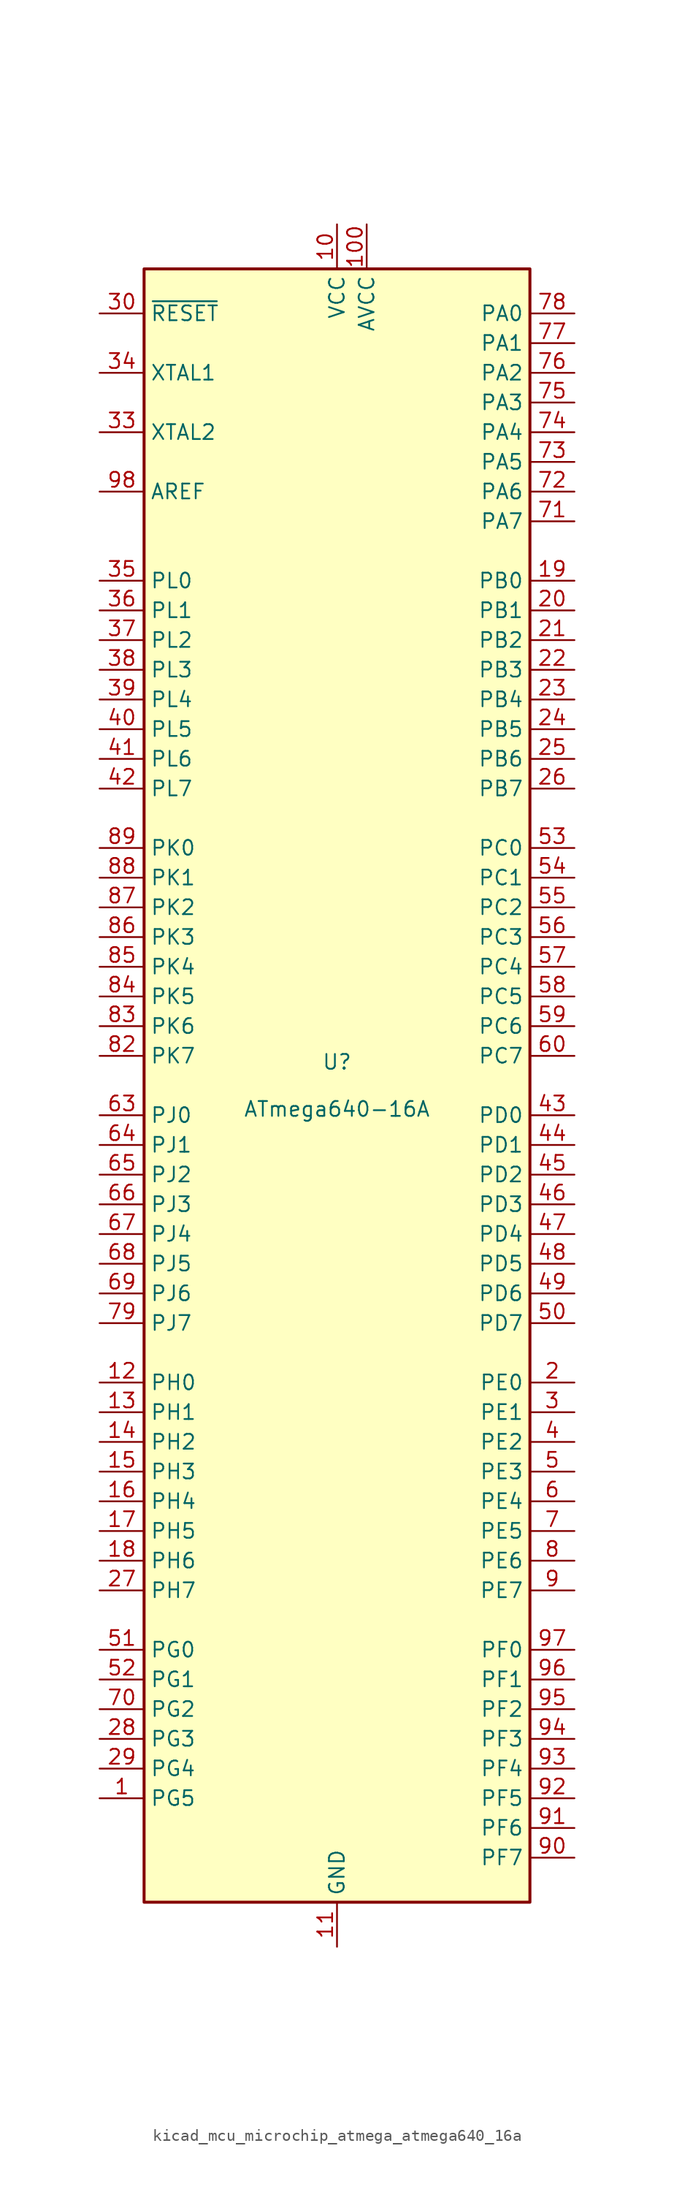
<source format=kicad_sym>
(kicad_symbol_lib
  (version 20220914)
  (generator kicad_symbol_editor)
  (symbol "kicad_mcu_microchip_atmega_atmega640_16a"
    (property "Reference" "U"
      (at 0 1.27 0)
      (effects (font (size 1.27 1.27)) (justify bottom)))
    (property "Value" "ATmega640-16A"
      (at 0 -1.27 0)
      (effects (font (size 1.27 1.27)) (justify top)))
    (symbol "kicad_mcu_microchip_atmega_atmega640_16a_0_1"
      (rectangle (start -16.51 -69.85) (end 16.51 69.85) (stroke (width 0.254) (type default)) (fill (type background))))
    (symbol "kicad_mcu_microchip_atmega_atmega640_16a_1_1"
      (pin bidirectional line (at -20.32 -60.96 0) (length 3.81) (name "PG5" (effects (font (size 1.27 1.27)))) (number "1" (effects (font (size 1.27 1.27)))))
      (pin power_in line (at 0 73.66 270) (length 3.81) (name "VCC" (effects (font (size 1.27 1.27)))) (number "10" (effects (font (size 1.27 1.27)))))
      (pin power_in line (at 2.54 73.66 270) (length 3.81) (name "AVCC" (effects (font (size 1.27 1.27)))) (number "100" (effects (font (size 1.27 1.27)))))
      (pin power_in line (at 0 -73.66 90) (length 3.81) (name "GND" (effects (font (size 1.27 1.27)))) (number "11" (effects (font (size 1.27 1.27)))))
      (pin bidirectional line (at -20.32 -25.4 0) (length 3.81) (name "PH0" (effects (font (size 1.27 1.27)))) (number "12" (effects (font (size 1.27 1.27)))))
      (pin bidirectional line (at -20.32 -27.94 0) (length 3.81) (name "PH1" (effects (font (size 1.27 1.27)))) (number "13" (effects (font (size 1.27 1.27)))))
      (pin bidirectional line (at -20.32 -30.48 0) (length 3.81) (name "PH2" (effects (font (size 1.27 1.27)))) (number "14" (effects (font (size 1.27 1.27)))))
      (pin bidirectional line (at -20.32 -33.02 0) (length 3.81) (name "PH3" (effects (font (size 1.27 1.27)))) (number "15" (effects (font (size 1.27 1.27)))))
      (pin bidirectional line (at -20.32 -35.56 0) (length 3.81) (name "PH4" (effects (font (size 1.27 1.27)))) (number "16" (effects (font (size 1.27 1.27)))))
      (pin bidirectional line (at -20.32 -38.1 0) (length 3.81) (name "PH5" (effects (font (size 1.27 1.27)))) (number "17" (effects (font (size 1.27 1.27)))))
      (pin bidirectional line (at -20.32 -40.64 0) (length 3.81) (name "PH6" (effects (font (size 1.27 1.27)))) (number "18" (effects (font (size 1.27 1.27)))))
      (pin bidirectional line (at 20.32 43.18 180) (length 3.81) (name "PB0" (effects (font (size 1.27 1.27)))) (number "19" (effects (font (size 1.27 1.27)))))
      (pin bidirectional line (at 20.32 -25.4 180) (length 3.81) (name "PE0" (effects (font (size 1.27 1.27)))) (number "2" (effects (font (size 1.27 1.27)))))
      (pin bidirectional line (at 20.32 40.64 180) (length 3.81) (name "PB1" (effects (font (size 1.27 1.27)))) (number "20" (effects (font (size 1.27 1.27)))))
      (pin bidirectional line (at 20.32 38.1 180) (length 3.81) (name "PB2" (effects (font (size 1.27 1.27)))) (number "21" (effects (font (size 1.27 1.27)))))
      (pin bidirectional line (at 20.32 35.56 180) (length 3.81) (name "PB3" (effects (font (size 1.27 1.27)))) (number "22" (effects (font (size 1.27 1.27)))))
      (pin bidirectional line (at 20.32 33.02 180) (length 3.81) (name "PB4" (effects (font (size 1.27 1.27)))) (number "23" (effects (font (size 1.27 1.27)))))
      (pin bidirectional line (at 20.32 30.48 180) (length 3.81) (name "PB5" (effects (font (size 1.27 1.27)))) (number "24" (effects (font (size 1.27 1.27)))))
      (pin bidirectional line (at 20.32 27.94 180) (length 3.81) (name "PB6" (effects (font (size 1.27 1.27)))) (number "25" (effects (font (size 1.27 1.27)))))
      (pin bidirectional line (at 20.32 25.4 180) (length 3.81) (name "PB7" (effects (font (size 1.27 1.27)))) (number "26" (effects (font (size 1.27 1.27)))))
      (pin bidirectional line (at -20.32 -43.18 0) (length 3.81) (name "PH7" (effects (font (size 1.27 1.27)))) (number "27" (effects (font (size 1.27 1.27)))))
      (pin bidirectional line (at -20.32 -55.88 0) (length 3.81) (name "PG3" (effects (font (size 1.27 1.27)))) (number "28" (effects (font (size 1.27 1.27)))))
      (pin bidirectional line (at -20.32 -58.42 0) (length 3.81) (name "PG4" (effects (font (size 1.27 1.27)))) (number "29" (effects (font (size 1.27 1.27)))))
      (pin bidirectional line (at 20.32 -27.94 180) (length 3.81) (name "PE1" (effects (font (size 1.27 1.27)))) (number "3" (effects (font (size 1.27 1.27)))))
      (pin input line (at -20.32 66.04 0) (length 3.81) (name "~{RESET}" (effects (font (size 1.27 1.27)))) (number "30" (effects (font (size 1.27 1.27)))))
      (pin passive line (at 0 73.66 270) (length 3.81) hide (name "VCC" (effects (font (size 1.27 1.27)))) (number "31" (effects (font (size 1.27 1.27)))))
      (pin passive line (at 0 -73.66 90) (length 3.81) hide (name "GND" (effects (font (size 1.27 1.27)))) (number "32" (effects (font (size 1.27 1.27)))))
      (pin output line (at -20.32 55.88 0) (length 3.81) (name "XTAL2" (effects (font (size 1.27 1.27)))) (number "33" (effects (font (size 1.27 1.27)))))
      (pin input line (at -20.32 60.96 0) (length 3.81) (name "XTAL1" (effects (font (size 1.27 1.27)))) (number "34" (effects (font (size 1.27 1.27)))))
      (pin bidirectional line (at -20.32 43.18 0) (length 3.81) (name "PL0" (effects (font (size 1.27 1.27)))) (number "35" (effects (font (size 1.27 1.27)))))
      (pin bidirectional line (at -20.32 40.64 0) (length 3.81) (name "PL1" (effects (font (size 1.27 1.27)))) (number "36" (effects (font (size 1.27 1.27)))))
      (pin bidirectional line (at -20.32 38.1 0) (length 3.81) (name "PL2" (effects (font (size 1.27 1.27)))) (number "37" (effects (font (size 1.27 1.27)))))
      (pin bidirectional line (at -20.32 35.56 0) (length 3.81) (name "PL3" (effects (font (size 1.27 1.27)))) (number "38" (effects (font (size 1.27 1.27)))))
      (pin bidirectional line (at -20.32 33.02 0) (length 3.81) (name "PL4" (effects (font (size 1.27 1.27)))) (number "39" (effects (font (size 1.27 1.27)))))
      (pin bidirectional line (at 20.32 -30.48 180) (length 3.81) (name "PE2" (effects (font (size 1.27 1.27)))) (number "4" (effects (font (size 1.27 1.27)))))
      (pin bidirectional line (at -20.32 30.48 0) (length 3.81) (name "PL5" (effects (font (size 1.27 1.27)))) (number "40" (effects (font (size 1.27 1.27)))))
      (pin bidirectional line (at -20.32 27.94 0) (length 3.81) (name "PL6" (effects (font (size 1.27 1.27)))) (number "41" (effects (font (size 1.27 1.27)))))
      (pin bidirectional line (at -20.32 25.4 0) (length 3.81) (name "PL7" (effects (font (size 1.27 1.27)))) (number "42" (effects (font (size 1.27 1.27)))))
      (pin bidirectional line (at 20.32 -2.54 180) (length 3.81) (name "PD0" (effects (font (size 1.27 1.27)))) (number "43" (effects (font (size 1.27 1.27)))))
      (pin bidirectional line (at 20.32 -5.08 180) (length 3.81) (name "PD1" (effects (font (size 1.27 1.27)))) (number "44" (effects (font (size 1.27 1.27)))))
      (pin bidirectional line (at 20.32 -7.62 180) (length 3.81) (name "PD2" (effects (font (size 1.27 1.27)))) (number "45" (effects (font (size 1.27 1.27)))))
      (pin bidirectional line (at 20.32 -10.16 180) (length 3.81) (name "PD3" (effects (font (size 1.27 1.27)))) (number "46" (effects (font (size 1.27 1.27)))))
      (pin bidirectional line (at 20.32 -12.7 180) (length 3.81) (name "PD4" (effects (font (size 1.27 1.27)))) (number "47" (effects (font (size 1.27 1.27)))))
      (pin bidirectional line (at 20.32 -15.24 180) (length 3.81) (name "PD5" (effects (font (size 1.27 1.27)))) (number "48" (effects (font (size 1.27 1.27)))))
      (pin bidirectional line (at 20.32 -17.78 180) (length 3.81) (name "PD6" (effects (font (size 1.27 1.27)))) (number "49" (effects (font (size 1.27 1.27)))))
      (pin bidirectional line (at 20.32 -33.02 180) (length 3.81) (name "PE3" (effects (font (size 1.27 1.27)))) (number "5" (effects (font (size 1.27 1.27)))))
      (pin bidirectional line (at 20.32 -20.32 180) (length 3.81) (name "PD7" (effects (font (size 1.27 1.27)))) (number "50" (effects (font (size 1.27 1.27)))))
      (pin bidirectional line (at -20.32 -48.26 0) (length 3.81) (name "PG0" (effects (font (size 1.27 1.27)))) (number "51" (effects (font (size 1.27 1.27)))))
      (pin bidirectional line (at -20.32 -50.8 0) (length 3.81) (name "PG1" (effects (font (size 1.27 1.27)))) (number "52" (effects (font (size 1.27 1.27)))))
      (pin bidirectional line (at 20.32 20.32 180) (length 3.81) (name "PC0" (effects (font (size 1.27 1.27)))) (number "53" (effects (font (size 1.27 1.27)))))
      (pin bidirectional line (at 20.32 17.78 180) (length 3.81) (name "PC1" (effects (font (size 1.27 1.27)))) (number "54" (effects (font (size 1.27 1.27)))))
      (pin bidirectional line (at 20.32 15.24 180) (length 3.81) (name "PC2" (effects (font (size 1.27 1.27)))) (number "55" (effects (font (size 1.27 1.27)))))
      (pin bidirectional line (at 20.32 12.7 180) (length 3.81) (name "PC3" (effects (font (size 1.27 1.27)))) (number "56" (effects (font (size 1.27 1.27)))))
      (pin bidirectional line (at 20.32 10.16 180) (length 3.81) (name "PC4" (effects (font (size 1.27 1.27)))) (number "57" (effects (font (size 1.27 1.27)))))
      (pin bidirectional line (at 20.32 7.62 180) (length 3.81) (name "PC5" (effects (font (size 1.27 1.27)))) (number "58" (effects (font (size 1.27 1.27)))))
      (pin bidirectional line (at 20.32 5.08 180) (length 3.81) (name "PC6" (effects (font (size 1.27 1.27)))) (number "59" (effects (font (size 1.27 1.27)))))
      (pin bidirectional line (at 20.32 -35.56 180) (length 3.81) (name "PE4" (effects (font (size 1.27 1.27)))) (number "6" (effects (font (size 1.27 1.27)))))
      (pin bidirectional line (at 20.32 2.54 180) (length 3.81) (name "PC7" (effects (font (size 1.27 1.27)))) (number "60" (effects (font (size 1.27 1.27)))))
      (pin passive line (at 0 73.66 270) (length 3.81) hide (name "VCC" (effects (font (size 1.27 1.27)))) (number "61" (effects (font (size 1.27 1.27)))))
      (pin passive line (at 0 -73.66 90) (length 3.81) hide (name "GND" (effects (font (size 1.27 1.27)))) (number "62" (effects (font (size 1.27 1.27)))))
      (pin bidirectional line (at -20.32 -2.54 0) (length 3.81) (name "PJ0" (effects (font (size 1.27 1.27)))) (number "63" (effects (font (size 1.27 1.27)))))
      (pin bidirectional line (at -20.32 -5.08 0) (length 3.81) (name "PJ1" (effects (font (size 1.27 1.27)))) (number "64" (effects (font (size 1.27 1.27)))))
      (pin bidirectional line (at -20.32 -7.62 0) (length 3.81) (name "PJ2" (effects (font (size 1.27 1.27)))) (number "65" (effects (font (size 1.27 1.27)))))
      (pin bidirectional line (at -20.32 -10.16 0) (length 3.81) (name "PJ3" (effects (font (size 1.27 1.27)))) (number "66" (effects (font (size 1.27 1.27)))))
      (pin bidirectional line (at -20.32 -12.7 0) (length 3.81) (name "PJ4" (effects (font (size 1.27 1.27)))) (number "67" (effects (font (size 1.27 1.27)))))
      (pin bidirectional line (at -20.32 -15.24 0) (length 3.81) (name "PJ5" (effects (font (size 1.27 1.27)))) (number "68" (effects (font (size 1.27 1.27)))))
      (pin bidirectional line (at -20.32 -17.78 0) (length 3.81) (name "PJ6" (effects (font (size 1.27 1.27)))) (number "69" (effects (font (size 1.27 1.27)))))
      (pin bidirectional line (at 20.32 -38.1 180) (length 3.81) (name "PE5" (effects (font (size 1.27 1.27)))) (number "7" (effects (font (size 1.27 1.27)))))
      (pin bidirectional line (at -20.32 -53.34 0) (length 3.81) (name "PG2" (effects (font (size 1.27 1.27)))) (number "70" (effects (font (size 1.27 1.27)))))
      (pin bidirectional line (at 20.32 48.26 180) (length 3.81) (name "PA7" (effects (font (size 1.27 1.27)))) (number "71" (effects (font (size 1.27 1.27)))))
      (pin bidirectional line (at 20.32 50.8 180) (length 3.81) (name "PA6" (effects (font (size 1.27 1.27)))) (number "72" (effects (font (size 1.27 1.27)))))
      (pin bidirectional line (at 20.32 53.34 180) (length 3.81) (name "PA5" (effects (font (size 1.27 1.27)))) (number "73" (effects (font (size 1.27 1.27)))))
      (pin bidirectional line (at 20.32 55.88 180) (length 3.81) (name "PA4" (effects (font (size 1.27 1.27)))) (number "74" (effects (font (size 1.27 1.27)))))
      (pin bidirectional line (at 20.32 58.42 180) (length 3.81) (name "PA3" (effects (font (size 1.27 1.27)))) (number "75" (effects (font (size 1.27 1.27)))))
      (pin bidirectional line (at 20.32 60.96 180) (length 3.81) (name "PA2" (effects (font (size 1.27 1.27)))) (number "76" (effects (font (size 1.27 1.27)))))
      (pin bidirectional line (at 20.32 63.5 180) (length 3.81) (name "PA1" (effects (font (size 1.27 1.27)))) (number "77" (effects (font (size 1.27 1.27)))))
      (pin bidirectional line (at 20.32 66.04 180) (length 3.81) (name "PA0" (effects (font (size 1.27 1.27)))) (number "78" (effects (font (size 1.27 1.27)))))
      (pin bidirectional line (at -20.32 -20.32 0) (length 3.81) (name "PJ7" (effects (font (size 1.27 1.27)))) (number "79" (effects (font (size 1.27 1.27)))))
      (pin bidirectional line (at 20.32 -40.64 180) (length 3.81) (name "PE6" (effects (font (size 1.27 1.27)))) (number "8" (effects (font (size 1.27 1.27)))))
      (pin passive line (at 0 73.66 270) (length 3.81) hide (name "VCC" (effects (font (size 1.27 1.27)))) (number "80" (effects (font (size 1.27 1.27)))))
      (pin passive line (at 0 -73.66 90) (length 3.81) hide (name "GND" (effects (font (size 1.27 1.27)))) (number "81" (effects (font (size 1.27 1.27)))))
      (pin bidirectional line (at -20.32 2.54 0) (length 3.81) (name "PK7" (effects (font (size 1.27 1.27)))) (number "82" (effects (font (size 1.27 1.27)))))
      (pin bidirectional line (at -20.32 5.08 0) (length 3.81) (name "PK6" (effects (font (size 1.27 1.27)))) (number "83" (effects (font (size 1.27 1.27)))))
      (pin bidirectional line (at -20.32 7.62 0) (length 3.81) (name "PK5" (effects (font (size 1.27 1.27)))) (number "84" (effects (font (size 1.27 1.27)))))
      (pin bidirectional line (at -20.32 10.16 0) (length 3.81) (name "PK4" (effects (font (size 1.27 1.27)))) (number "85" (effects (font (size 1.27 1.27)))))
      (pin bidirectional line (at -20.32 12.7 0) (length 3.81) (name "PK3" (effects (font (size 1.27 1.27)))) (number "86" (effects (font (size 1.27 1.27)))))
      (pin bidirectional line (at -20.32 15.24 0) (length 3.81) (name "PK2" (effects (font (size 1.27 1.27)))) (number "87" (effects (font (size 1.27 1.27)))))
      (pin bidirectional line (at -20.32 17.78 0) (length 3.81) (name "PK1" (effects (font (size 1.27 1.27)))) (number "88" (effects (font (size 1.27 1.27)))))
      (pin bidirectional line (at -20.32 20.32 0) (length 3.81) (name "PK0" (effects (font (size 1.27 1.27)))) (number "89" (effects (font (size 1.27 1.27)))))
      (pin bidirectional line (at 20.32 -43.18 180) (length 3.81) (name "PE7" (effects (font (size 1.27 1.27)))) (number "9" (effects (font (size 1.27 1.27)))))
      (pin bidirectional line (at 20.32 -66.04 180) (length 3.81) (name "PF7" (effects (font (size 1.27 1.27)))) (number "90" (effects (font (size 1.27 1.27)))))
      (pin bidirectional line (at 20.32 -63.5 180) (length 3.81) (name "PF6" (effects (font (size 1.27 1.27)))) (number "91" (effects (font (size 1.27 1.27)))))
      (pin bidirectional line (at 20.32 -60.96 180) (length 3.81) (name "PF5" (effects (font (size 1.27 1.27)))) (number "92" (effects (font (size 1.27 1.27)))))
      (pin bidirectional line (at 20.32 -58.42 180) (length 3.81) (name "PF4" (effects (font (size 1.27 1.27)))) (number "93" (effects (font (size 1.27 1.27)))))
      (pin bidirectional line (at 20.32 -55.88 180) (length 3.81) (name "PF3" (effects (font (size 1.27 1.27)))) (number "94" (effects (font (size 1.27 1.27)))))
      (pin bidirectional line (at 20.32 -53.34 180) (length 3.81) (name "PF2" (effects (font (size 1.27 1.27)))) (number "95" (effects (font (size 1.27 1.27)))))
      (pin bidirectional line (at 20.32 -50.8 180) (length 3.81) (name "PF1" (effects (font (size 1.27 1.27)))) (number "96" (effects (font (size 1.27 1.27)))))
      (pin bidirectional line (at 20.32 -48.26 180) (length 3.81) (name "PF0" (effects (font (size 1.27 1.27)))) (number "97" (effects (font (size 1.27 1.27)))))
      (pin passive line (at -20.32 50.8 0) (length 3.81) (name "AREF" (effects (font (size 1.27 1.27)))) (number "98" (effects (font (size 1.27 1.27)))))
      (pin passive line (at 0 -73.66 90) (length 3.81) hide (name "GND" (effects (font (size 1.27 1.27)))) (number "99" (effects (font (size 1.27 1.27))))))))
</source>
